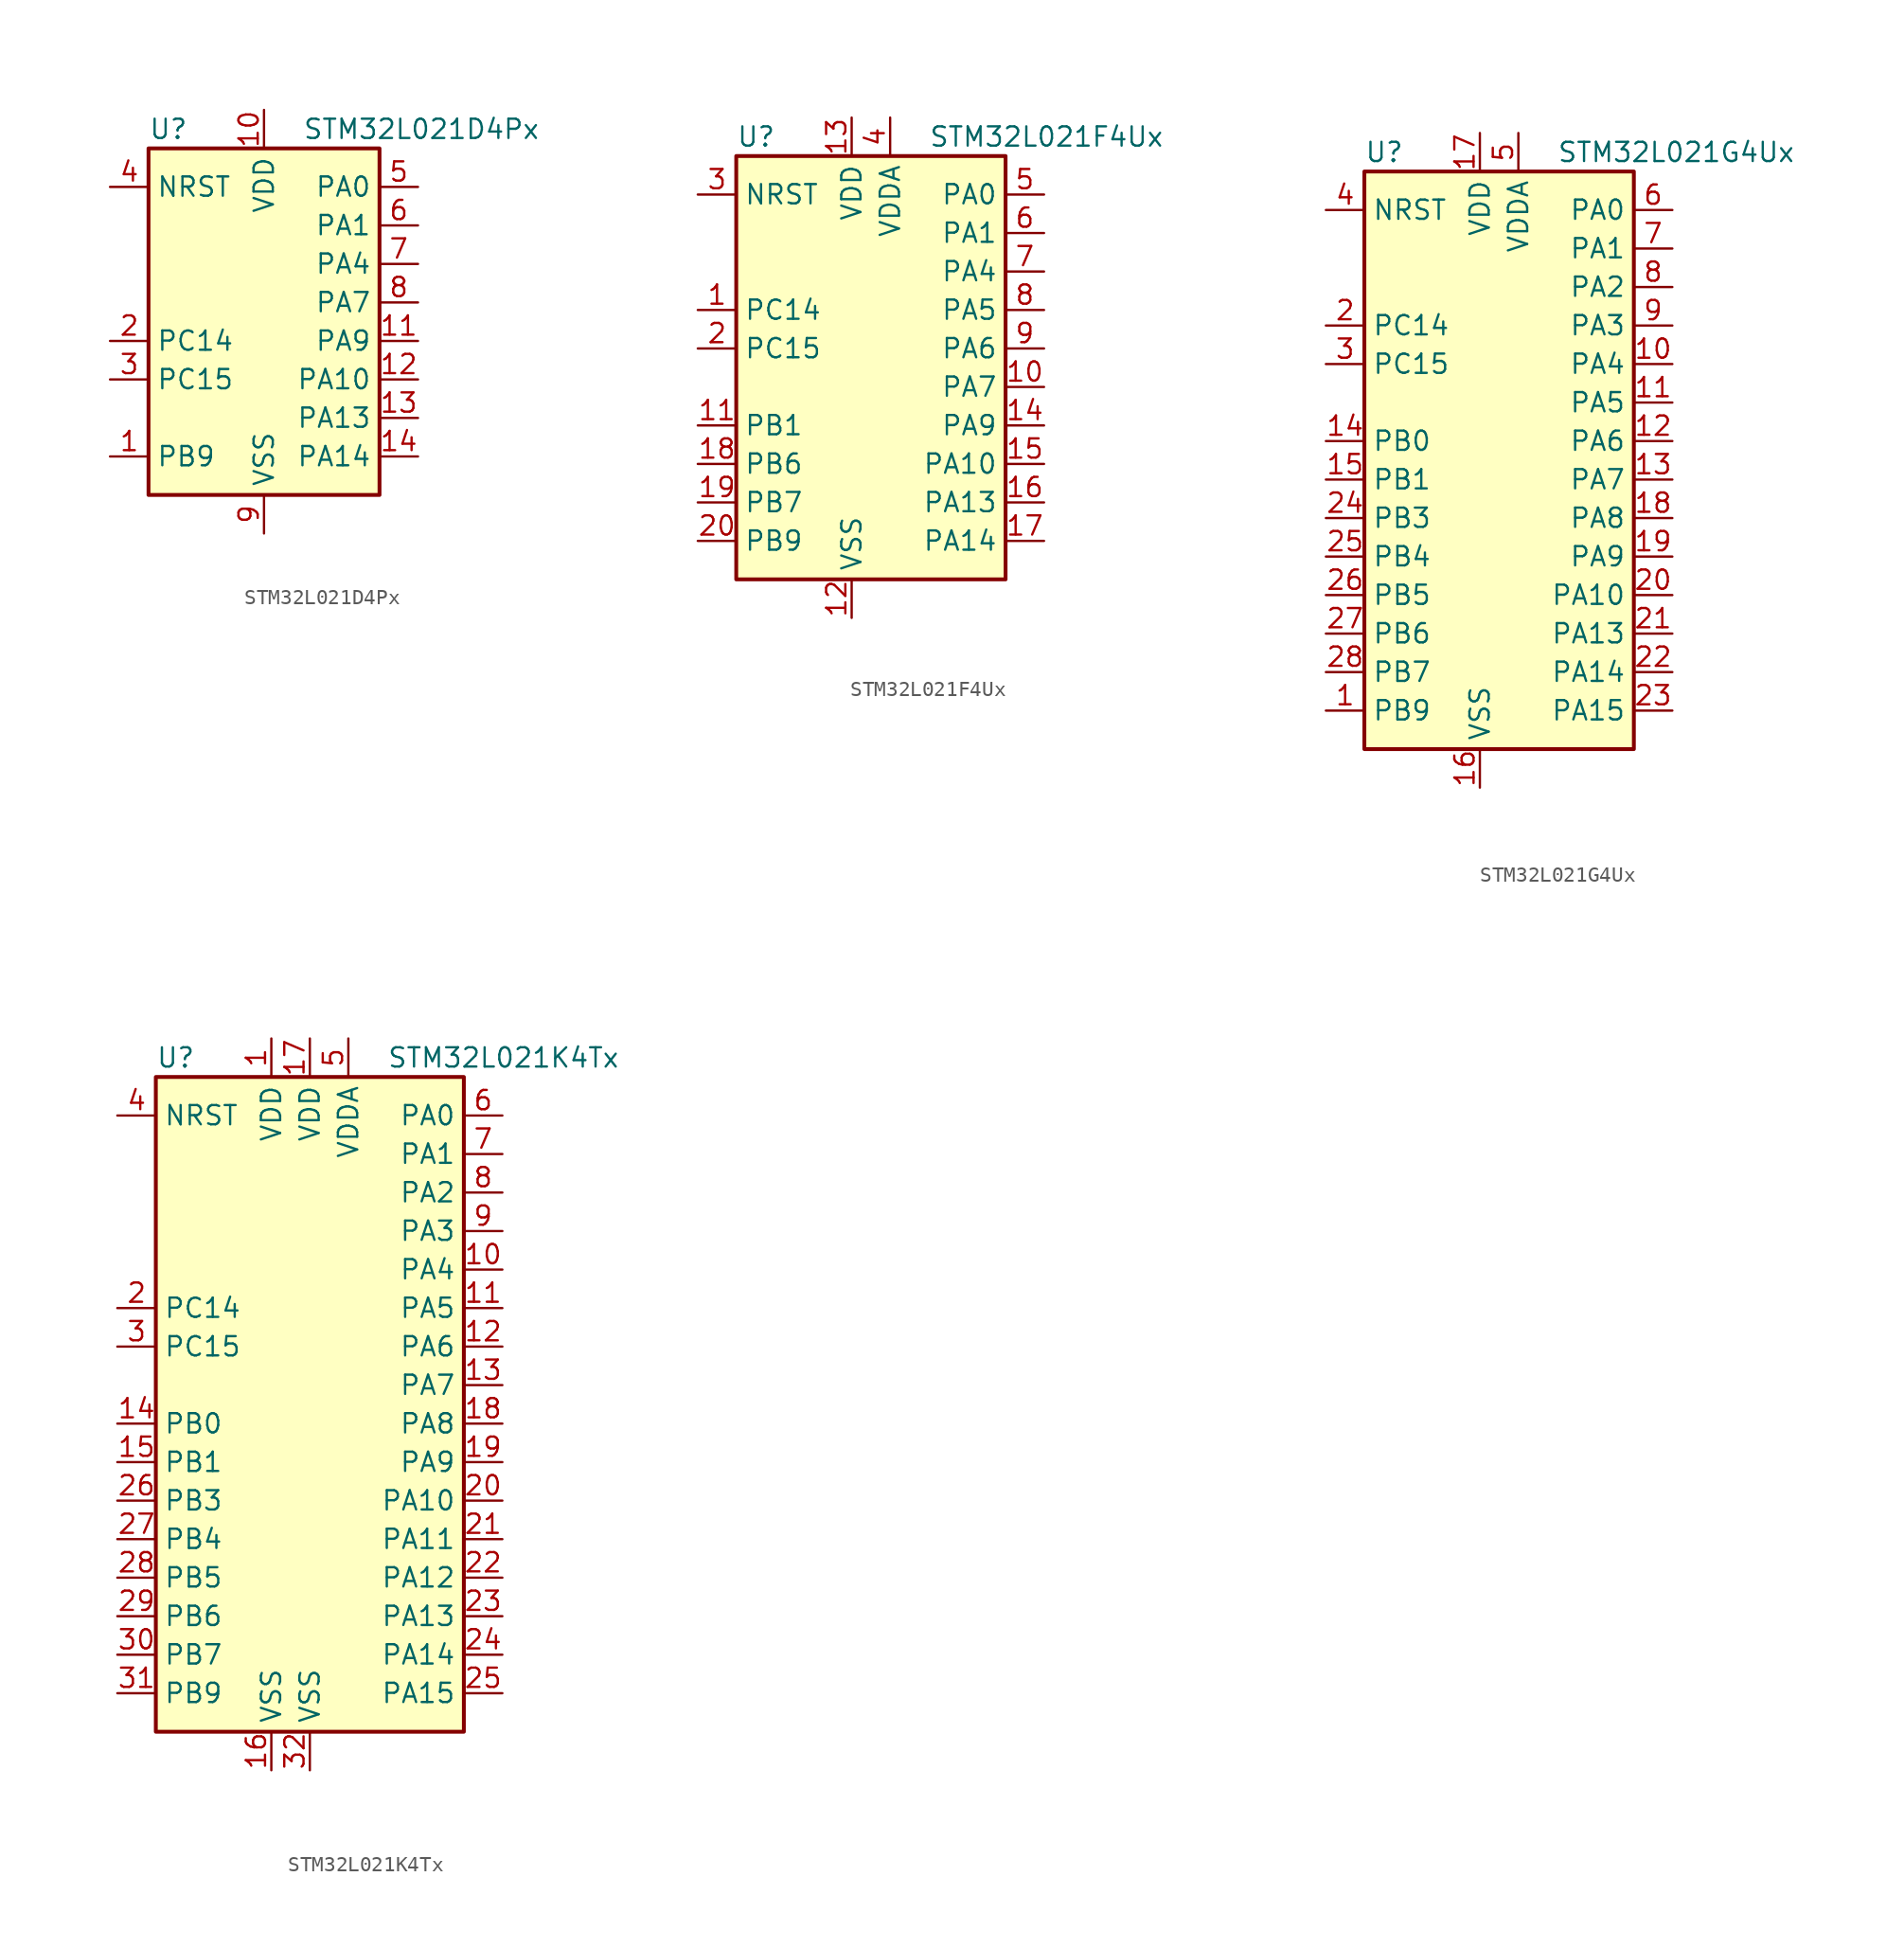
<source format=kicad_sym>
(kicad_symbol_lib
  (version 20211014)
  (generator kicad_symbol_editor)
  (symbol "STM32L021D4Px"
    (property "Reference" "U"
      (at -7.62 11.43 0)
      (effects (font (size 1.27 1.27)) (justify left)))
    (property "Value" "STM32L021D4Px"
      (at 2.54 11.43 0)
      (effects (font (size 1.27 1.27)) (justify left)))
    (symbol "STM32L021D4Px_0_1"
      (rectangle (start -7.62 -12.7) (end 7.62 10.16) (stroke (width 0.254) (type default) (color 0 0 0 0)) (fill (type background))))
    (symbol "STM32L021D4Px_1_1"
      (pin bidirectional line (at -10.16 -10.16 0) (length 2.54) (name "PB9" (effects (font (size 1.27 1.27)))) (number "1" (effects (font (size 1.27 1.27)))))
      (pin power_in line (at 0 12.7 270) (length 2.54) (name "VDD" (effects (font (size 1.27 1.27)))) (number "10" (effects (font (size 1.27 1.27)))))
      (pin bidirectional line (at 10.16 -2.54 180) (length 2.54) (name "PA9" (effects (font (size 1.27 1.27)))) (number "11" (effects (font (size 1.27 1.27)))))
      (pin bidirectional line (at 10.16 -5.08 180) (length 2.54) (name "PA10" (effects (font (size 1.27 1.27)))) (number "12" (effects (font (size 1.27 1.27)))))
      (pin bidirectional line (at 10.16 -7.62 180) (length 2.54) (name "PA13" (effects (font (size 1.27 1.27)))) (number "13" (effects (font (size 1.27 1.27)))))
      (pin bidirectional line (at 10.16 -10.16 180) (length 2.54) (name "PA14" (effects (font (size 1.27 1.27)))) (number "14" (effects (font (size 1.27 1.27)))))
      (pin bidirectional line (at -10.16 -2.54 0) (length 2.54) (name "PC14" (effects (font (size 1.27 1.27)))) (number "2" (effects (font (size 1.27 1.27)))))
      (pin bidirectional line (at -10.16 -5.08 0) (length 2.54) (name "PC15" (effects (font (size 1.27 1.27)))) (number "3" (effects (font (size 1.27 1.27)))))
      (pin input line (at -10.16 7.62 0) (length 2.54) (name "NRST" (effects (font (size 1.27 1.27)))) (number "4" (effects (font (size 1.27 1.27)))))
      (pin bidirectional line (at 10.16 7.62 180) (length 2.54) (name "PA0" (effects (font (size 1.27 1.27)))) (number "5" (effects (font (size 1.27 1.27)))))
      (pin bidirectional line (at 10.16 5.08 180) (length 2.54) (name "PA1" (effects (font (size 1.27 1.27)))) (number "6" (effects (font (size 1.27 1.27)))))
      (pin bidirectional line (at 10.16 2.54 180) (length 2.54) (name "PA4" (effects (font (size 1.27 1.27)))) (number "7" (effects (font (size 1.27 1.27)))))
      (pin bidirectional line (at 10.16 0 180) (length 2.54) (name "PA7" (effects (font (size 1.27 1.27)))) (number "8" (effects (font (size 1.27 1.27)))))
      (pin power_in line (at 0 -15.24 90) (length 2.54) (name "VSS" (effects (font (size 1.27 1.27)))) (number "9" (effects (font (size 1.27 1.27)))))))
  (symbol "STM32L021F4Ux"
    (property "Reference" "U"
      (at -10.16 13.97 0)
      (effects (font (size 1.27 1.27)) (justify left)))
    (property "Value" "STM32L021F4Ux"
      (at 2.54 13.97 0)
      (effects (font (size 1.27 1.27)) (justify left)))
    (symbol "STM32L021F4Ux_0_1"
      (rectangle (start -10.16 -15.24) (end 7.62 12.7) (stroke (width 0.254) (type default) (color 0 0 0 0)) (fill (type background))))
    (symbol "STM32L021F4Ux_1_1"
      (pin bidirectional line (at -12.7 2.54 0) (length 2.54) (name "PC14" (effects (font (size 1.27 1.27)))) (number "1" (effects (font (size 1.27 1.27)))))
      (pin bidirectional line (at 10.16 -2.54 180) (length 2.54) (name "PA7" (effects (font (size 1.27 1.27)))) (number "10" (effects (font (size 1.27 1.27)))))
      (pin bidirectional line (at -12.7 -5.08 0) (length 2.54) (name "PB1" (effects (font (size 1.27 1.27)))) (number "11" (effects (font (size 1.27 1.27)))))
      (pin power_in line (at -2.54 -17.78 90) (length 2.54) (name "VSS" (effects (font (size 1.27 1.27)))) (number "12" (effects (font (size 1.27 1.27)))))
      (pin power_in line (at -2.54 15.24 270) (length 2.54) (name "VDD" (effects (font (size 1.27 1.27)))) (number "13" (effects (font (size 1.27 1.27)))))
      (pin bidirectional line (at 10.16 -5.08 180) (length 2.54) (name "PA9" (effects (font (size 1.27 1.27)))) (number "14" (effects (font (size 1.27 1.27)))))
      (pin bidirectional line (at 10.16 -7.62 180) (length 2.54) (name "PA10" (effects (font (size 1.27 1.27)))) (number "15" (effects (font (size 1.27 1.27)))))
      (pin bidirectional line (at 10.16 -10.16 180) (length 2.54) (name "PA13" (effects (font (size 1.27 1.27)))) (number "16" (effects (font (size 1.27 1.27)))))
      (pin bidirectional line (at 10.16 -12.7 180) (length 2.54) (name "PA14" (effects (font (size 1.27 1.27)))) (number "17" (effects (font (size 1.27 1.27)))))
      (pin bidirectional line (at -12.7 -7.62 0) (length 2.54) (name "PB6" (effects (font (size 1.27 1.27)))) (number "18" (effects (font (size 1.27 1.27)))))
      (pin bidirectional line (at -12.7 -10.16 0) (length 2.54) (name "PB7" (effects (font (size 1.27 1.27)))) (number "19" (effects (font (size 1.27 1.27)))))
      (pin bidirectional line (at -12.7 0 0) (length 2.54) (name "PC15" (effects (font (size 1.27 1.27)))) (number "2" (effects (font (size 1.27 1.27)))))
      (pin bidirectional line (at -12.7 -12.7 0) (length 2.54) (name "PB9" (effects (font (size 1.27 1.27)))) (number "20" (effects (font (size 1.27 1.27)))))
      (pin input line (at -12.7 10.16 0) (length 2.54) (name "NRST" (effects (font (size 1.27 1.27)))) (number "3" (effects (font (size 1.27 1.27)))))
      (pin power_in line (at 0 15.24 270) (length 2.54) (name "VDDA" (effects (font (size 1.27 1.27)))) (number "4" (effects (font (size 1.27 1.27)))))
      (pin bidirectional line (at 10.16 10.16 180) (length 2.54) (name "PA0" (effects (font (size 1.27 1.27)))) (number "5" (effects (font (size 1.27 1.27)))))
      (pin bidirectional line (at 10.16 7.62 180) (length 2.54) (name "PA1" (effects (font (size 1.27 1.27)))) (number "6" (effects (font (size 1.27 1.27)))))
      (pin bidirectional line (at 10.16 5.08 180) (length 2.54) (name "PA4" (effects (font (size 1.27 1.27)))) (number "7" (effects (font (size 1.27 1.27)))))
      (pin bidirectional line (at 10.16 2.54 180) (length 2.54) (name "PA5" (effects (font (size 1.27 1.27)))) (number "8" (effects (font (size 1.27 1.27)))))
      (pin bidirectional line (at 10.16 0 180) (length 2.54) (name "PA6" (effects (font (size 1.27 1.27)))) (number "9" (effects (font (size 1.27 1.27)))))))
  (symbol "STM32L021G4Ux"
    (property "Reference" "U"
      (at -10.16 19.05 0)
      (effects (font (size 1.27 1.27)) (justify left)))
    (property "Value" "STM32L021G4Ux"
      (at 2.54 19.05 0)
      (effects (font (size 1.27 1.27)) (justify left)))
    (symbol "STM32L021G4Ux_0_1"
      (rectangle (start -10.16 -20.32) (end 7.62 17.78) (stroke (width 0.254) (type default) (color 0 0 0 0)) (fill (type background))))
    (symbol "STM32L021G4Ux_1_1"
      (pin bidirectional line (at -12.7 -17.78 0) (length 2.54) (name "PB9" (effects (font (size 1.27 1.27)))) (number "1" (effects (font (size 1.27 1.27)))))
      (pin bidirectional line (at 10.16 5.08 180) (length 2.54) (name "PA4" (effects (font (size 1.27 1.27)))) (number "10" (effects (font (size 1.27 1.27)))))
      (pin bidirectional line (at 10.16 2.54 180) (length 2.54) (name "PA5" (effects (font (size 1.27 1.27)))) (number "11" (effects (font (size 1.27 1.27)))))
      (pin bidirectional line (at 10.16 0 180) (length 2.54) (name "PA6" (effects (font (size 1.27 1.27)))) (number "12" (effects (font (size 1.27 1.27)))))
      (pin bidirectional line (at 10.16 -2.54 180) (length 2.54) (name "PA7" (effects (font (size 1.27 1.27)))) (number "13" (effects (font (size 1.27 1.27)))))
      (pin bidirectional line (at -12.7 0 0) (length 2.54) (name "PB0" (effects (font (size 1.27 1.27)))) (number "14" (effects (font (size 1.27 1.27)))))
      (pin bidirectional line (at -12.7 -2.54 0) (length 2.54) (name "PB1" (effects (font (size 1.27 1.27)))) (number "15" (effects (font (size 1.27 1.27)))))
      (pin power_in line (at -2.54 -22.86 90) (length 2.54) (name "VSS" (effects (font (size 1.27 1.27)))) (number "16" (effects (font (size 1.27 1.27)))))
      (pin power_in line (at -2.54 20.32 270) (length 2.54) (name "VDD" (effects (font (size 1.27 1.27)))) (number "17" (effects (font (size 1.27 1.27)))))
      (pin bidirectional line (at 10.16 -5.08 180) (length 2.54) (name "PA8" (effects (font (size 1.27 1.27)))) (number "18" (effects (font (size 1.27 1.27)))))
      (pin bidirectional line (at 10.16 -7.62 180) (length 2.54) (name "PA9" (effects (font (size 1.27 1.27)))) (number "19" (effects (font (size 1.27 1.27)))))
      (pin bidirectional line (at -12.7 7.62 0) (length 2.54) (name "PC14" (effects (font (size 1.27 1.27)))) (number "2" (effects (font (size 1.27 1.27)))))
      (pin bidirectional line (at 10.16 -10.16 180) (length 2.54) (name "PA10" (effects (font (size 1.27 1.27)))) (number "20" (effects (font (size 1.27 1.27)))))
      (pin bidirectional line (at 10.16 -12.7 180) (length 2.54) (name "PA13" (effects (font (size 1.27 1.27)))) (number "21" (effects (font (size 1.27 1.27)))))
      (pin bidirectional line (at 10.16 -15.24 180) (length 2.54) (name "PA14" (effects (font (size 1.27 1.27)))) (number "22" (effects (font (size 1.27 1.27)))))
      (pin bidirectional line (at 10.16 -17.78 180) (length 2.54) (name "PA15" (effects (font (size 1.27 1.27)))) (number "23" (effects (font (size 1.27 1.27)))))
      (pin bidirectional line (at -12.7 -5.08 0) (length 2.54) (name "PB3" (effects (font (size 1.27 1.27)))) (number "24" (effects (font (size 1.27 1.27)))))
      (pin bidirectional line (at -12.7 -7.62 0) (length 2.54) (name "PB4" (effects (font (size 1.27 1.27)))) (number "25" (effects (font (size 1.27 1.27)))))
      (pin bidirectional line (at -12.7 -10.16 0) (length 2.54) (name "PB5" (effects (font (size 1.27 1.27)))) (number "26" (effects (font (size 1.27 1.27)))))
      (pin bidirectional line (at -12.7 -12.7 0) (length 2.54) (name "PB6" (effects (font (size 1.27 1.27)))) (number "27" (effects (font (size 1.27 1.27)))))
      (pin bidirectional line (at -12.7 -15.24 0) (length 2.54) (name "PB7" (effects (font (size 1.27 1.27)))) (number "28" (effects (font (size 1.27 1.27)))))
      (pin bidirectional line (at -12.7 5.08 0) (length 2.54) (name "PC15" (effects (font (size 1.27 1.27)))) (number "3" (effects (font (size 1.27 1.27)))))
      (pin input line (at -12.7 15.24 0) (length 2.54) (name "NRST" (effects (font (size 1.27 1.27)))) (number "4" (effects (font (size 1.27 1.27)))))
      (pin power_in line (at 0 20.32 270) (length 2.54) (name "VDDA" (effects (font (size 1.27 1.27)))) (number "5" (effects (font (size 1.27 1.27)))))
      (pin bidirectional line (at 10.16 15.24 180) (length 2.54) (name "PA0" (effects (font (size 1.27 1.27)))) (number "6" (effects (font (size 1.27 1.27)))))
      (pin bidirectional line (at 10.16 12.7 180) (length 2.54) (name "PA1" (effects (font (size 1.27 1.27)))) (number "7" (effects (font (size 1.27 1.27)))))
      (pin bidirectional line (at 10.16 10.16 180) (length 2.54) (name "PA2" (effects (font (size 1.27 1.27)))) (number "8" (effects (font (size 1.27 1.27)))))
      (pin bidirectional line (at 10.16 7.62 180) (length 2.54) (name "PA3" (effects (font (size 1.27 1.27)))) (number "9" (effects (font (size 1.27 1.27)))))))
  (symbol "STM32L021K4Tx"
    (property "Reference" "U"
      (at -10.16 21.59 0)
      (effects (font (size 1.27 1.27)) (justify left)))
    (property "Value" "STM32L021K4Tx"
      (at 5.08 21.59 0)
      (effects (font (size 1.27 1.27)) (justify left)))
    (symbol "STM32L021K4Tx_0_1"
      (rectangle (start -10.16 -22.86) (end 10.16 20.32) (stroke (width 0.254) (type default) (color 0 0 0 0)) (fill (type background))))
    (symbol "STM32L021K4Tx_1_1"
      (pin power_in line (at -2.54 22.86 270) (length 2.54) (name "VDD" (effects (font (size 1.27 1.27)))) (number "1" (effects (font (size 1.27 1.27)))))
      (pin bidirectional line (at 12.7 7.62 180) (length 2.54) (name "PA4" (effects (font (size 1.27 1.27)))) (number "10" (effects (font (size 1.27 1.27)))))
      (pin bidirectional line (at 12.7 5.08 180) (length 2.54) (name "PA5" (effects (font (size 1.27 1.27)))) (number "11" (effects (font (size 1.27 1.27)))))
      (pin bidirectional line (at 12.7 2.54 180) (length 2.54) (name "PA6" (effects (font (size 1.27 1.27)))) (number "12" (effects (font (size 1.27 1.27)))))
      (pin bidirectional line (at 12.7 0 180) (length 2.54) (name "PA7" (effects (font (size 1.27 1.27)))) (number "13" (effects (font (size 1.27 1.27)))))
      (pin bidirectional line (at -12.7 -2.54 0) (length 2.54) (name "PB0" (effects (font (size 1.27 1.27)))) (number "14" (effects (font (size 1.27 1.27)))))
      (pin bidirectional line (at -12.7 -5.08 0) (length 2.54) (name "PB1" (effects (font (size 1.27 1.27)))) (number "15" (effects (font (size 1.27 1.27)))))
      (pin power_in line (at -2.54 -25.4 90) (length 2.54) (name "VSS" (effects (font (size 1.27 1.27)))) (number "16" (effects (font (size 1.27 1.27)))))
      (pin power_in line (at 0 22.86 270) (length 2.54) (name "VDD" (effects (font (size 1.27 1.27)))) (number "17" (effects (font (size 1.27 1.27)))))
      (pin bidirectional line (at 12.7 -2.54 180) (length 2.54) (name "PA8" (effects (font (size 1.27 1.27)))) (number "18" (effects (font (size 1.27 1.27)))))
      (pin bidirectional line (at 12.7 -5.08 180) (length 2.54) (name "PA9" (effects (font (size 1.27 1.27)))) (number "19" (effects (font (size 1.27 1.27)))))
      (pin bidirectional line (at -12.7 5.08 0) (length 2.54) (name "PC14" (effects (font (size 1.27 1.27)))) (number "2" (effects (font (size 1.27 1.27)))))
      (pin bidirectional line (at 12.7 -7.62 180) (length 2.54) (name "PA10" (effects (font (size 1.27 1.27)))) (number "20" (effects (font (size 1.27 1.27)))))
      (pin bidirectional line (at 12.7 -10.16 180) (length 2.54) (name "PA11" (effects (font (size 1.27 1.27)))) (number "21" (effects (font (size 1.27 1.27)))))
      (pin bidirectional line (at 12.7 -12.7 180) (length 2.54) (name "PA12" (effects (font (size 1.27 1.27)))) (number "22" (effects (font (size 1.27 1.27)))))
      (pin bidirectional line (at 12.7 -15.24 180) (length 2.54) (name "PA13" (effects (font (size 1.27 1.27)))) (number "23" (effects (font (size 1.27 1.27)))))
      (pin bidirectional line (at 12.7 -17.78 180) (length 2.54) (name "PA14" (effects (font (size 1.27 1.27)))) (number "24" (effects (font (size 1.27 1.27)))))
      (pin bidirectional line (at 12.7 -20.32 180) (length 2.54) (name "PA15" (effects (font (size 1.27 1.27)))) (number "25" (effects (font (size 1.27 1.27)))))
      (pin bidirectional line (at -12.7 -7.62 0) (length 2.54) (name "PB3" (effects (font (size 1.27 1.27)))) (number "26" (effects (font (size 1.27 1.27)))))
      (pin bidirectional line (at -12.7 -10.16 0) (length 2.54) (name "PB4" (effects (font (size 1.27 1.27)))) (number "27" (effects (font (size 1.27 1.27)))))
      (pin bidirectional line (at -12.7 -12.7 0) (length 2.54) (name "PB5" (effects (font (size 1.27 1.27)))) (number "28" (effects (font (size 1.27 1.27)))))
      (pin bidirectional line (at -12.7 -15.24 0) (length 2.54) (name "PB6" (effects (font (size 1.27 1.27)))) (number "29" (effects (font (size 1.27 1.27)))))
      (pin bidirectional line (at -12.7 2.54 0) (length 2.54) (name "PC15" (effects (font (size 1.27 1.27)))) (number "3" (effects (font (size 1.27 1.27)))))
      (pin bidirectional line (at -12.7 -17.78 0) (length 2.54) (name "PB7" (effects (font (size 1.27 1.27)))) (number "30" (effects (font (size 1.27 1.27)))))
      (pin bidirectional line (at -12.7 -20.32 0) (length 2.54) (name "PB9" (effects (font (size 1.27 1.27)))) (number "31" (effects (font (size 1.27 1.27)))))
      (pin power_in line (at 0 -25.4 90) (length 2.54) (name "VSS" (effects (font (size 1.27 1.27)))) (number "32" (effects (font (size 1.27 1.27)))))
      (pin input line (at -12.7 17.78 0) (length 2.54) (name "NRST" (effects (font (size 1.27 1.27)))) (number "4" (effects (font (size 1.27 1.27)))))
      (pin power_in line (at 2.54 22.86 270) (length 2.54) (name "VDDA" (effects (font (size 1.27 1.27)))) (number "5" (effects (font (size 1.27 1.27)))))
      (pin bidirectional line (at 12.7 17.78 180) (length 2.54) (name "PA0" (effects (font (size 1.27 1.27)))) (number "6" (effects (font (size 1.27 1.27)))))
      (pin bidirectional line (at 12.7 15.24 180) (length 2.54) (name "PA1" (effects (font (size 1.27 1.27)))) (number "7" (effects (font (size 1.27 1.27)))))
      (pin bidirectional line (at 12.7 12.7 180) (length 2.54) (name "PA2" (effects (font (size 1.27 1.27)))) (number "8" (effects (font (size 1.27 1.27)))))
      (pin bidirectional line (at 12.7 10.16 180) (length 2.54) (name "PA3" (effects (font (size 1.27 1.27)))) (number "9" (effects (font (size 1.27 1.27))))))))
</source>
